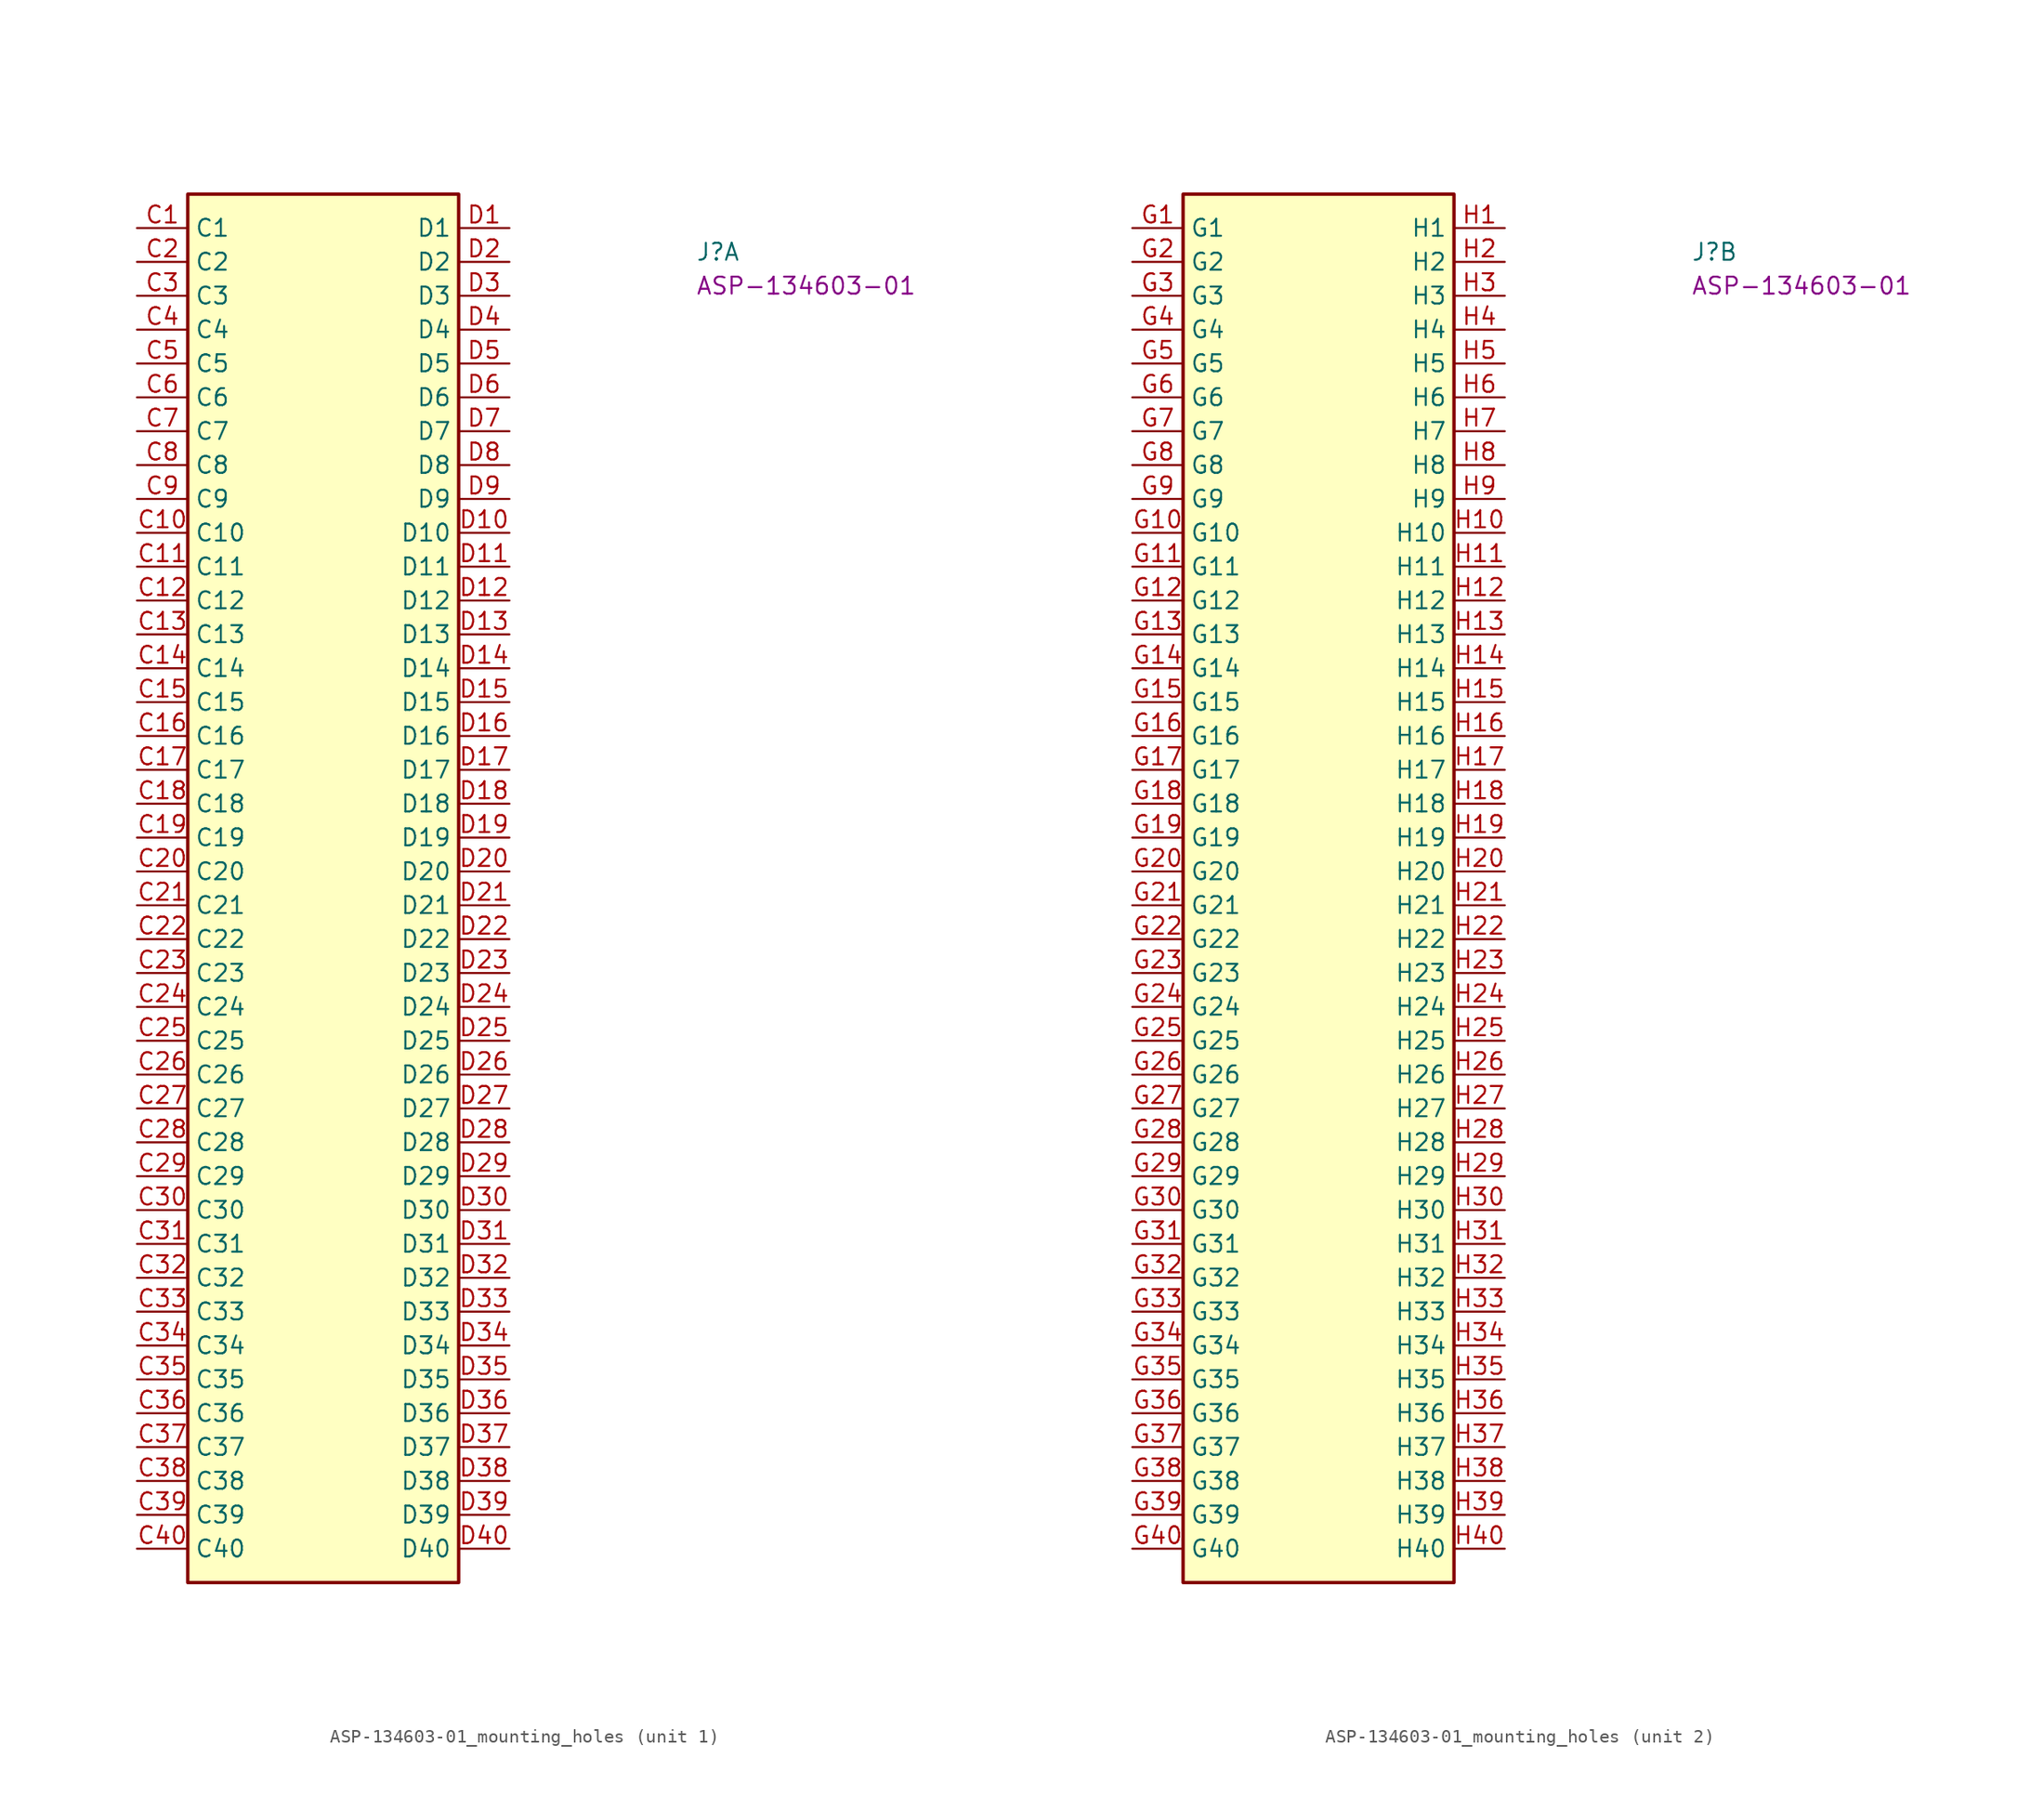
<source format=kicad_sym>
(kicad_symbol_lib
  (version 20220914)
  (generator kicad_symbol_editor)
  (symbol "ASP-134603-01_mounting_holes"
    (property "Reference" "J"
      (at 41.91 -2.54 0)
      (effects (font (size 1.27 1.27) (thickness 0.15)) (justify left bottom)))
    (property "MPN" "ASP-134603-01"
      (at 41.91 -5.08 0)
      (effects (font (size 1.27 1.27) (thickness 0.15)) (justify left bottom)))
    (property "ki_locked" ""
      (at 0 0 0)
      (effects (font (size 1.27 1.27))))
    (symbol "ASP-134603-01_mounting_holes_1_1"
      (rectangle (start 3.81 -101.6) (end 24.13 2.54) (stroke (width 0.254) (type default)) (fill (type background)))
      (pin passive line (at 0 0 0) (length 3.81) (name "C1" (effects (font (size 1.27 1.27)))) (number "C1" (effects (font (size 1.27 1.27)))))
      (pin passive line (at 0 -22.86 0) (length 3.81) (name "C10" (effects (font (size 1.27 1.27)))) (number "C10" (effects (font (size 1.27 1.27)))))
      (pin passive line (at 0 -25.4 0) (length 3.81) (name "C11" (effects (font (size 1.27 1.27)))) (number "C11" (effects (font (size 1.27 1.27)))))
      (pin passive line (at 0 -27.94 0) (length 3.81) (name "C12" (effects (font (size 1.27 1.27)))) (number "C12" (effects (font (size 1.27 1.27)))))
      (pin passive line (at 0 -30.48 0) (length 3.81) (name "C13" (effects (font (size 1.27 1.27)))) (number "C13" (effects (font (size 1.27 1.27)))))
      (pin passive line (at 0 -33.02 0) (length 3.81) (name "C14" (effects (font (size 1.27 1.27)))) (number "C14" (effects (font (size 1.27 1.27)))))
      (pin passive line (at 0 -35.56 0) (length 3.81) (name "C15" (effects (font (size 1.27 1.27)))) (number "C15" (effects (font (size 1.27 1.27)))))
      (pin passive line (at 0 -38.1 0) (length 3.81) (name "C16" (effects (font (size 1.27 1.27)))) (number "C16" (effects (font (size 1.27 1.27)))))
      (pin passive line (at 0 -40.64 0) (length 3.81) (name "C17" (effects (font (size 1.27 1.27)))) (number "C17" (effects (font (size 1.27 1.27)))))
      (pin passive line (at 0 -43.18 0) (length 3.81) (name "C18" (effects (font (size 1.27 1.27)))) (number "C18" (effects (font (size 1.27 1.27)))))
      (pin passive line (at 0 -45.72 0) (length 3.81) (name "C19" (effects (font (size 1.27 1.27)))) (number "C19" (effects (font (size 1.27 1.27)))))
      (pin passive line (at 0 -2.54 0) (length 3.81) (name "C2" (effects (font (size 1.27 1.27)))) (number "C2" (effects (font (size 1.27 1.27)))))
      (pin passive line (at 0 -48.26 0) (length 3.81) (name "C20" (effects (font (size 1.27 1.27)))) (number "C20" (effects (font (size 1.27 1.27)))))
      (pin passive line (at 0 -50.8 0) (length 3.81) (name "C21" (effects (font (size 1.27 1.27)))) (number "C21" (effects (font (size 1.27 1.27)))))
      (pin passive line (at 0 -53.34 0) (length 3.81) (name "C22" (effects (font (size 1.27 1.27)))) (number "C22" (effects (font (size 1.27 1.27)))))
      (pin passive line (at 0 -55.88 0) (length 3.81) (name "C23" (effects (font (size 1.27 1.27)))) (number "C23" (effects (font (size 1.27 1.27)))))
      (pin passive line (at 0 -58.42 0) (length 3.81) (name "C24" (effects (font (size 1.27 1.27)))) (number "C24" (effects (font (size 1.27 1.27)))))
      (pin passive line (at 0 -60.96 0) (length 3.81) (name "C25" (effects (font (size 1.27 1.27)))) (number "C25" (effects (font (size 1.27 1.27)))))
      (pin passive line (at 0 -63.5 0) (length 3.81) (name "C26" (effects (font (size 1.27 1.27)))) (number "C26" (effects (font (size 1.27 1.27)))))
      (pin passive line (at 0 -66.04 0) (length 3.81) (name "C27" (effects (font (size 1.27 1.27)))) (number "C27" (effects (font (size 1.27 1.27)))))
      (pin passive line (at 0 -68.58 0) (length 3.81) (name "C28" (effects (font (size 1.27 1.27)))) (number "C28" (effects (font (size 1.27 1.27)))))
      (pin passive line (at 0 -71.12 0) (length 3.81) (name "C29" (effects (font (size 1.27 1.27)))) (number "C29" (effects (font (size 1.27 1.27)))))
      (pin passive line (at 0 -5.08 0) (length 3.81) (name "C3" (effects (font (size 1.27 1.27)))) (number "C3" (effects (font (size 1.27 1.27)))))
      (pin passive line (at 0 -73.66 0) (length 3.81) (name "C30" (effects (font (size 1.27 1.27)))) (number "C30" (effects (font (size 1.27 1.27)))))
      (pin passive line (at 0 -76.2 0) (length 3.81) (name "C31" (effects (font (size 1.27 1.27)))) (number "C31" (effects (font (size 1.27 1.27)))))
      (pin passive line (at 0 -78.74 0) (length 3.81) (name "C32" (effects (font (size 1.27 1.27)))) (number "C32" (effects (font (size 1.27 1.27)))))
      (pin passive line (at 0 -81.28 0) (length 3.81) (name "C33" (effects (font (size 1.27 1.27)))) (number "C33" (effects (font (size 1.27 1.27)))))
      (pin passive line (at 0 -83.82 0) (length 3.81) (name "C34" (effects (font (size 1.27 1.27)))) (number "C34" (effects (font (size 1.27 1.27)))))
      (pin passive line (at 0 -86.36 0) (length 3.81) (name "C35" (effects (font (size 1.27 1.27)))) (number "C35" (effects (font (size 1.27 1.27)))))
      (pin passive line (at 0 -88.9 0) (length 3.81) (name "C36" (effects (font (size 1.27 1.27)))) (number "C36" (effects (font (size 1.27 1.27)))))
      (pin passive line (at 0 -91.44 0) (length 3.81) (name "C37" (effects (font (size 1.27 1.27)))) (number "C37" (effects (font (size 1.27 1.27)))))
      (pin passive line (at 0 -93.98 0) (length 3.81) (name "C38" (effects (font (size 1.27 1.27)))) (number "C38" (effects (font (size 1.27 1.27)))))
      (pin passive line (at 0 -96.52 0) (length 3.81) (name "C39" (effects (font (size 1.27 1.27)))) (number "C39" (effects (font (size 1.27 1.27)))))
      (pin passive line (at 0 -7.62 0) (length 3.81) (name "C4" (effects (font (size 1.27 1.27)))) (number "C4" (effects (font (size 1.27 1.27)))))
      (pin passive line (at 0 -99.06 0) (length 3.81) (name "C40" (effects (font (size 1.27 1.27)))) (number "C40" (effects (font (size 1.27 1.27)))))
      (pin passive line (at 0 -10.16 0) (length 3.81) (name "C5" (effects (font (size 1.27 1.27)))) (number "C5" (effects (font (size 1.27 1.27)))))
      (pin passive line (at 0 -12.7 0) (length 3.81) (name "C6" (effects (font (size 1.27 1.27)))) (number "C6" (effects (font (size 1.27 1.27)))))
      (pin passive line (at 0 -15.24 0) (length 3.81) (name "C7" (effects (font (size 1.27 1.27)))) (number "C7" (effects (font (size 1.27 1.27)))))
      (pin passive line (at 0 -17.78 0) (length 3.81) (name "C8" (effects (font (size 1.27 1.27)))) (number "C8" (effects (font (size 1.27 1.27)))))
      (pin passive line (at 0 -20.32 0) (length 3.81) (name "C9" (effects (font (size 1.27 1.27)))) (number "C9" (effects (font (size 1.27 1.27)))))
      (pin passive line (at 27.94 0 180) (length 3.81) (name "D1" (effects (font (size 1.27 1.27)))) (number "D1" (effects (font (size 1.27 1.27)))))
      (pin passive line (at 27.94 -22.86 180) (length 3.81) (name "D10" (effects (font (size 1.27 1.27)))) (number "D10" (effects (font (size 1.27 1.27)))))
      (pin passive line (at 27.94 -25.4 180) (length 3.81) (name "D11" (effects (font (size 1.27 1.27)))) (number "D11" (effects (font (size 1.27 1.27)))))
      (pin passive line (at 27.94 -27.94 180) (length 3.81) (name "D12" (effects (font (size 1.27 1.27)))) (number "D12" (effects (font (size 1.27 1.27)))))
      (pin passive line (at 27.94 -30.48 180) (length 3.81) (name "D13" (effects (font (size 1.27 1.27)))) (number "D13" (effects (font (size 1.27 1.27)))))
      (pin passive line (at 27.94 -33.02 180) (length 3.81) (name "D14" (effects (font (size 1.27 1.27)))) (number "D14" (effects (font (size 1.27 1.27)))))
      (pin passive line (at 27.94 -35.56 180) (length 3.81) (name "D15" (effects (font (size 1.27 1.27)))) (number "D15" (effects (font (size 1.27 1.27)))))
      (pin passive line (at 27.94 -38.1 180) (length 3.81) (name "D16" (effects (font (size 1.27 1.27)))) (number "D16" (effects (font (size 1.27 1.27)))))
      (pin passive line (at 27.94 -40.64 180) (length 3.81) (name "D17" (effects (font (size 1.27 1.27)))) (number "D17" (effects (font (size 1.27 1.27)))))
      (pin passive line (at 27.94 -43.18 180) (length 3.81) (name "D18" (effects (font (size 1.27 1.27)))) (number "D18" (effects (font (size 1.27 1.27)))))
      (pin passive line (at 27.94 -45.72 180) (length 3.81) (name "D19" (effects (font (size 1.27 1.27)))) (number "D19" (effects (font (size 1.27 1.27)))))
      (pin passive line (at 27.94 -2.54 180) (length 3.81) (name "D2" (effects (font (size 1.27 1.27)))) (number "D2" (effects (font (size 1.27 1.27)))))
      (pin passive line (at 27.94 -48.26 180) (length 3.81) (name "D20" (effects (font (size 1.27 1.27)))) (number "D20" (effects (font (size 1.27 1.27)))))
      (pin passive line (at 27.94 -50.8 180) (length 3.81) (name "D21" (effects (font (size 1.27 1.27)))) (number "D21" (effects (font (size 1.27 1.27)))))
      (pin passive line (at 27.94 -53.34 180) (length 3.81) (name "D22" (effects (font (size 1.27 1.27)))) (number "D22" (effects (font (size 1.27 1.27)))))
      (pin passive line (at 27.94 -55.88 180) (length 3.81) (name "D23" (effects (font (size 1.27 1.27)))) (number "D23" (effects (font (size 1.27 1.27)))))
      (pin passive line (at 27.94 -58.42 180) (length 3.81) (name "D24" (effects (font (size 1.27 1.27)))) (number "D24" (effects (font (size 1.27 1.27)))))
      (pin passive line (at 27.94 -60.96 180) (length 3.81) (name "D25" (effects (font (size 1.27 1.27)))) (number "D25" (effects (font (size 1.27 1.27)))))
      (pin passive line (at 27.94 -63.5 180) (length 3.81) (name "D26" (effects (font (size 1.27 1.27)))) (number "D26" (effects (font (size 1.27 1.27)))))
      (pin passive line (at 27.94 -66.04 180) (length 3.81) (name "D27" (effects (font (size 1.27 1.27)))) (number "D27" (effects (font (size 1.27 1.27)))))
      (pin passive line (at 27.94 -68.58 180) (length 3.81) (name "D28" (effects (font (size 1.27 1.27)))) (number "D28" (effects (font (size 1.27 1.27)))))
      (pin passive line (at 27.94 -71.12 180) (length 3.81) (name "D29" (effects (font (size 1.27 1.27)))) (number "D29" (effects (font (size 1.27 1.27)))))
      (pin passive line (at 27.94 -5.08 180) (length 3.81) (name "D3" (effects (font (size 1.27 1.27)))) (number "D3" (effects (font (size 1.27 1.27)))))
      (pin passive line (at 27.94 -73.66 180) (length 3.81) (name "D30" (effects (font (size 1.27 1.27)))) (number "D30" (effects (font (size 1.27 1.27)))))
      (pin passive line (at 27.94 -76.2 180) (length 3.81) (name "D31" (effects (font (size 1.27 1.27)))) (number "D31" (effects (font (size 1.27 1.27)))))
      (pin passive line (at 27.94 -78.74 180) (length 3.81) (name "D32" (effects (font (size 1.27 1.27)))) (number "D32" (effects (font (size 1.27 1.27)))))
      (pin passive line (at 27.94 -81.28 180) (length 3.81) (name "D33" (effects (font (size 1.27 1.27)))) (number "D33" (effects (font (size 1.27 1.27)))))
      (pin passive line (at 27.94 -83.82 180) (length 3.81) (name "D34" (effects (font (size 1.27 1.27)))) (number "D34" (effects (font (size 1.27 1.27)))))
      (pin passive line (at 27.94 -86.36 180) (length 3.81) (name "D35" (effects (font (size 1.27 1.27)))) (number "D35" (effects (font (size 1.27 1.27)))))
      (pin passive line (at 27.94 -88.9 180) (length 3.81) (name "D36" (effects (font (size 1.27 1.27)))) (number "D36" (effects (font (size 1.27 1.27)))))
      (pin passive line (at 27.94 -91.44 180) (length 3.81) (name "D37" (effects (font (size 1.27 1.27)))) (number "D37" (effects (font (size 1.27 1.27)))))
      (pin passive line (at 27.94 -93.98 180) (length 3.81) (name "D38" (effects (font (size 1.27 1.27)))) (number "D38" (effects (font (size 1.27 1.27)))))
      (pin passive line (at 27.94 -96.52 180) (length 3.81) (name "D39" (effects (font (size 1.27 1.27)))) (number "D39" (effects (font (size 1.27 1.27)))))
      (pin passive line (at 27.94 -7.62 180) (length 3.81) (name "D4" (effects (font (size 1.27 1.27)))) (number "D4" (effects (font (size 1.27 1.27)))))
      (pin passive line (at 27.94 -99.06 180) (length 3.81) (name "D40" (effects (font (size 1.27 1.27)))) (number "D40" (effects (font (size 1.27 1.27)))))
      (pin passive line (at 27.94 -10.16 180) (length 3.81) (name "D5" (effects (font (size 1.27 1.27)))) (number "D5" (effects (font (size 1.27 1.27)))))
      (pin passive line (at 27.94 -12.7 180) (length 3.81) (name "D6" (effects (font (size 1.27 1.27)))) (number "D6" (effects (font (size 1.27 1.27)))))
      (pin passive line (at 27.94 -15.24 180) (length 3.81) (name "D7" (effects (font (size 1.27 1.27)))) (number "D7" (effects (font (size 1.27 1.27)))))
      (pin passive line (at 27.94 -17.78 180) (length 3.81) (name "D8" (effects (font (size 1.27 1.27)))) (number "D8" (effects (font (size 1.27 1.27)))))
      (pin passive line (at 27.94 -20.32 180) (length 3.81) (name "D9" (effects (font (size 1.27 1.27)))) (number "D9" (effects (font (size 1.27 1.27))))))
    (symbol "ASP-134603-01_mounting_holes_2_1"
      (rectangle (start 3.81 -101.6) (end 24.13 2.54) (stroke (width 0.254) (type default)) (fill (type background)))
      (pin passive line (at 0 0 0) (length 3.81) (name "G1" (effects (font (size 1.27 1.27)))) (number "G1" (effects (font (size 1.27 1.27)))))
      (pin passive line (at 0 -22.86 0) (length 3.81) (name "G10" (effects (font (size 1.27 1.27)))) (number "G10" (effects (font (size 1.27 1.27)))))
      (pin passive line (at 0 -25.4 0) (length 3.81) (name "G11" (effects (font (size 1.27 1.27)))) (number "G11" (effects (font (size 1.27 1.27)))))
      (pin passive line (at 0 -27.94 0) (length 3.81) (name "G12" (effects (font (size 1.27 1.27)))) (number "G12" (effects (font (size 1.27 1.27)))))
      (pin passive line (at 0 -30.48 0) (length 3.81) (name "G13" (effects (font (size 1.27 1.27)))) (number "G13" (effects (font (size 1.27 1.27)))))
      (pin passive line (at 0 -33.02 0) (length 3.81) (name "G14" (effects (font (size 1.27 1.27)))) (number "G14" (effects (font (size 1.27 1.27)))))
      (pin passive line (at 0 -35.56 0) (length 3.81) (name "G15" (effects (font (size 1.27 1.27)))) (number "G15" (effects (font (size 1.27 1.27)))))
      (pin passive line (at 0 -38.1 0) (length 3.81) (name "G16" (effects (font (size 1.27 1.27)))) (number "G16" (effects (font (size 1.27 1.27)))))
      (pin passive line (at 0 -40.64 0) (length 3.81) (name "G17" (effects (font (size 1.27 1.27)))) (number "G17" (effects (font (size 1.27 1.27)))))
      (pin passive line (at 0 -43.18 0) (length 3.81) (name "G18" (effects (font (size 1.27 1.27)))) (number "G18" (effects (font (size 1.27 1.27)))))
      (pin passive line (at 0 -45.72 0) (length 3.81) (name "G19" (effects (font (size 1.27 1.27)))) (number "G19" (effects (font (size 1.27 1.27)))))
      (pin passive line (at 0 -2.54 0) (length 3.81) (name "G2" (effects (font (size 1.27 1.27)))) (number "G2" (effects (font (size 1.27 1.27)))))
      (pin passive line (at 0 -48.26 0) (length 3.81) (name "G20" (effects (font (size 1.27 1.27)))) (number "G20" (effects (font (size 1.27 1.27)))))
      (pin passive line (at 0 -50.8 0) (length 3.81) (name "G21" (effects (font (size 1.27 1.27)))) (number "G21" (effects (font (size 1.27 1.27)))))
      (pin passive line (at 0 -53.34 0) (length 3.81) (name "G22" (effects (font (size 1.27 1.27)))) (number "G22" (effects (font (size 1.27 1.27)))))
      (pin passive line (at 0 -55.88 0) (length 3.81) (name "G23" (effects (font (size 1.27 1.27)))) (number "G23" (effects (font (size 1.27 1.27)))))
      (pin passive line (at 0 -58.42 0) (length 3.81) (name "G24" (effects (font (size 1.27 1.27)))) (number "G24" (effects (font (size 1.27 1.27)))))
      (pin passive line (at 0 -60.96 0) (length 3.81) (name "G25" (effects (font (size 1.27 1.27)))) (number "G25" (effects (font (size 1.27 1.27)))))
      (pin passive line (at 0 -63.5 0) (length 3.81) (name "G26" (effects (font (size 1.27 1.27)))) (number "G26" (effects (font (size 1.27 1.27)))))
      (pin passive line (at 0 -66.04 0) (length 3.81) (name "G27" (effects (font (size 1.27 1.27)))) (number "G27" (effects (font (size 1.27 1.27)))))
      (pin passive line (at 0 -68.58 0) (length 3.81) (name "G28" (effects (font (size 1.27 1.27)))) (number "G28" (effects (font (size 1.27 1.27)))))
      (pin passive line (at 0 -71.12 0) (length 3.81) (name "G29" (effects (font (size 1.27 1.27)))) (number "G29" (effects (font (size 1.27 1.27)))))
      (pin passive line (at 0 -5.08 0) (length 3.81) (name "G3" (effects (font (size 1.27 1.27)))) (number "G3" (effects (font (size 1.27 1.27)))))
      (pin passive line (at 0 -73.66 0) (length 3.81) (name "G30" (effects (font (size 1.27 1.27)))) (number "G30" (effects (font (size 1.27 1.27)))))
      (pin passive line (at 0 -76.2 0) (length 3.81) (name "G31" (effects (font (size 1.27 1.27)))) (number "G31" (effects (font (size 1.27 1.27)))))
      (pin passive line (at 0 -78.74 0) (length 3.81) (name "G32" (effects (font (size 1.27 1.27)))) (number "G32" (effects (font (size 1.27 1.27)))))
      (pin passive line (at 0 -81.28 0) (length 3.81) (name "G33" (effects (font (size 1.27 1.27)))) (number "G33" (effects (font (size 1.27 1.27)))))
      (pin passive line (at 0 -83.82 0) (length 3.81) (name "G34" (effects (font (size 1.27 1.27)))) (number "G34" (effects (font (size 1.27 1.27)))))
      (pin passive line (at 0 -86.36 0) (length 3.81) (name "G35" (effects (font (size 1.27 1.27)))) (number "G35" (effects (font (size 1.27 1.27)))))
      (pin passive line (at 0 -88.9 0) (length 3.81) (name "G36" (effects (font (size 1.27 1.27)))) (number "G36" (effects (font (size 1.27 1.27)))))
      (pin passive line (at 0 -91.44 0) (length 3.81) (name "G37" (effects (font (size 1.27 1.27)))) (number "G37" (effects (font (size 1.27 1.27)))))
      (pin passive line (at 0 -93.98 0) (length 3.81) (name "G38" (effects (font (size 1.27 1.27)))) (number "G38" (effects (font (size 1.27 1.27)))))
      (pin passive line (at 0 -96.52 0) (length 3.81) (name "G39" (effects (font (size 1.27 1.27)))) (number "G39" (effects (font (size 1.27 1.27)))))
      (pin passive line (at 0 -7.62 0) (length 3.81) (name "G4" (effects (font (size 1.27 1.27)))) (number "G4" (effects (font (size 1.27 1.27)))))
      (pin passive line (at 0 -99.06 0) (length 3.81) (name "G40" (effects (font (size 1.27 1.27)))) (number "G40" (effects (font (size 1.27 1.27)))))
      (pin passive line (at 0 -10.16 0) (length 3.81) (name "G5" (effects (font (size 1.27 1.27)))) (number "G5" (effects (font (size 1.27 1.27)))))
      (pin passive line (at 0 -12.7 0) (length 3.81) (name "G6" (effects (font (size 1.27 1.27)))) (number "G6" (effects (font (size 1.27 1.27)))))
      (pin passive line (at 0 -15.24 0) (length 3.81) (name "G7" (effects (font (size 1.27 1.27)))) (number "G7" (effects (font (size 1.27 1.27)))))
      (pin passive line (at 0 -17.78 0) (length 3.81) (name "G8" (effects (font (size 1.27 1.27)))) (number "G8" (effects (font (size 1.27 1.27)))))
      (pin passive line (at 0 -20.32 0) (length 3.81) (name "G9" (effects (font (size 1.27 1.27)))) (number "G9" (effects (font (size 1.27 1.27)))))
      (pin passive line (at 27.94 0 180) (length 3.81) (name "H1" (effects (font (size 1.27 1.27)))) (number "H1" (effects (font (size 1.27 1.27)))))
      (pin passive line (at 27.94 -22.86 180) (length 3.81) (name "H10" (effects (font (size 1.27 1.27)))) (number "H10" (effects (font (size 1.27 1.27)))))
      (pin passive line (at 27.94 -25.4 180) (length 3.81) (name "H11" (effects (font (size 1.27 1.27)))) (number "H11" (effects (font (size 1.27 1.27)))))
      (pin passive line (at 27.94 -27.94 180) (length 3.81) (name "H12" (effects (font (size 1.27 1.27)))) (number "H12" (effects (font (size 1.27 1.27)))))
      (pin passive line (at 27.94 -30.48 180) (length 3.81) (name "H13" (effects (font (size 1.27 1.27)))) (number "H13" (effects (font (size 1.27 1.27)))))
      (pin passive line (at 27.94 -33.02 180) (length 3.81) (name "H14" (effects (font (size 1.27 1.27)))) (number "H14" (effects (font (size 1.27 1.27)))))
      (pin passive line (at 27.94 -35.56 180) (length 3.81) (name "H15" (effects (font (size 1.27 1.27)))) (number "H15" (effects (font (size 1.27 1.27)))))
      (pin passive line (at 27.94 -38.1 180) (length 3.81) (name "H16" (effects (font (size 1.27 1.27)))) (number "H16" (effects (font (size 1.27 1.27)))))
      (pin passive line (at 27.94 -40.64 180) (length 3.81) (name "H17" (effects (font (size 1.27 1.27)))) (number "H17" (effects (font (size 1.27 1.27)))))
      (pin passive line (at 27.94 -43.18 180) (length 3.81) (name "H18" (effects (font (size 1.27 1.27)))) (number "H18" (effects (font (size 1.27 1.27)))))
      (pin passive line (at 27.94 -45.72 180) (length 3.81) (name "H19" (effects (font (size 1.27 1.27)))) (number "H19" (effects (font (size 1.27 1.27)))))
      (pin passive line (at 27.94 -2.54 180) (length 3.81) (name "H2" (effects (font (size 1.27 1.27)))) (number "H2" (effects (font (size 1.27 1.27)))))
      (pin passive line (at 27.94 -48.26 180) (length 3.81) (name "H20" (effects (font (size 1.27 1.27)))) (number "H20" (effects (font (size 1.27 1.27)))))
      (pin passive line (at 27.94 -50.8 180) (length 3.81) (name "H21" (effects (font (size 1.27 1.27)))) (number "H21" (effects (font (size 1.27 1.27)))))
      (pin passive line (at 27.94 -53.34 180) (length 3.81) (name "H22" (effects (font (size 1.27 1.27)))) (number "H22" (effects (font (size 1.27 1.27)))))
      (pin passive line (at 27.94 -55.88 180) (length 3.81) (name "H23" (effects (font (size 1.27 1.27)))) (number "H23" (effects (font (size 1.27 1.27)))))
      (pin passive line (at 27.94 -58.42 180) (length 3.81) (name "H24" (effects (font (size 1.27 1.27)))) (number "H24" (effects (font (size 1.27 1.27)))))
      (pin passive line (at 27.94 -60.96 180) (length 3.81) (name "H25" (effects (font (size 1.27 1.27)))) (number "H25" (effects (font (size 1.27 1.27)))))
      (pin passive line (at 27.94 -63.5 180) (length 3.81) (name "H26" (effects (font (size 1.27 1.27)))) (number "H26" (effects (font (size 1.27 1.27)))))
      (pin passive line (at 27.94 -66.04 180) (length 3.81) (name "H27" (effects (font (size 1.27 1.27)))) (number "H27" (effects (font (size 1.27 1.27)))))
      (pin passive line (at 27.94 -68.58 180) (length 3.81) (name "H28" (effects (font (size 1.27 1.27)))) (number "H28" (effects (font (size 1.27 1.27)))))
      (pin passive line (at 27.94 -71.12 180) (length 3.81) (name "H29" (effects (font (size 1.27 1.27)))) (number "H29" (effects (font (size 1.27 1.27)))))
      (pin passive line (at 27.94 -5.08 180) (length 3.81) (name "H3" (effects (font (size 1.27 1.27)))) (number "H3" (effects (font (size 1.27 1.27)))))
      (pin passive line (at 27.94 -73.66 180) (length 3.81) (name "H30" (effects (font (size 1.27 1.27)))) (number "H30" (effects (font (size 1.27 1.27)))))
      (pin passive line (at 27.94 -76.2 180) (length 3.81) (name "H31" (effects (font (size 1.27 1.27)))) (number "H31" (effects (font (size 1.27 1.27)))))
      (pin passive line (at 27.94 -78.74 180) (length 3.81) (name "H32" (effects (font (size 1.27 1.27)))) (number "H32" (effects (font (size 1.27 1.27)))))
      (pin passive line (at 27.94 -81.28 180) (length 3.81) (name "H33" (effects (font (size 1.27 1.27)))) (number "H33" (effects (font (size 1.27 1.27)))))
      (pin passive line (at 27.94 -83.82 180) (length 3.81) (name "H34" (effects (font (size 1.27 1.27)))) (number "H34" (effects (font (size 1.27 1.27)))))
      (pin passive line (at 27.94 -86.36 180) (length 3.81) (name "H35" (effects (font (size 1.27 1.27)))) (number "H35" (effects (font (size 1.27 1.27)))))
      (pin passive line (at 27.94 -88.9 180) (length 3.81) (name "H36" (effects (font (size 1.27 1.27)))) (number "H36" (effects (font (size 1.27 1.27)))))
      (pin passive line (at 27.94 -91.44 180) (length 3.81) (name "H37" (effects (font (size 1.27 1.27)))) (number "H37" (effects (font (size 1.27 1.27)))))
      (pin passive line (at 27.94 -93.98 180) (length 3.81) (name "H38" (effects (font (size 1.27 1.27)))) (number "H38" (effects (font (size 1.27 1.27)))))
      (pin passive line (at 27.94 -96.52 180) (length 3.81) (name "H39" (effects (font (size 1.27 1.27)))) (number "H39" (effects (font (size 1.27 1.27)))))
      (pin passive line (at 27.94 -7.62 180) (length 3.81) (name "H4" (effects (font (size 1.27 1.27)))) (number "H4" (effects (font (size 1.27 1.27)))))
      (pin passive line (at 27.94 -99.06 180) (length 3.81) (name "H40" (effects (font (size 1.27 1.27)))) (number "H40" (effects (font (size 1.27 1.27)))))
      (pin passive line (at 27.94 -10.16 180) (length 3.81) (name "H5" (effects (font (size 1.27 1.27)))) (number "H5" (effects (font (size 1.27 1.27)))))
      (pin passive line (at 27.94 -12.7 180) (length 3.81) (name "H6" (effects (font (size 1.27 1.27)))) (number "H6" (effects (font (size 1.27 1.27)))))
      (pin passive line (at 27.94 -15.24 180) (length 3.81) (name "H7" (effects (font (size 1.27 1.27)))) (number "H7" (effects (font (size 1.27 1.27)))))
      (pin passive line (at 27.94 -17.78 180) (length 3.81) (name "H8" (effects (font (size 1.27 1.27)))) (number "H8" (effects (font (size 1.27 1.27)))))
      (pin passive line (at 27.94 -20.32 180) (length 3.81) (name "H9" (effects (font (size 1.27 1.27)))) (number "H9" (effects (font (size 1.27 1.27))))))))
</source>
